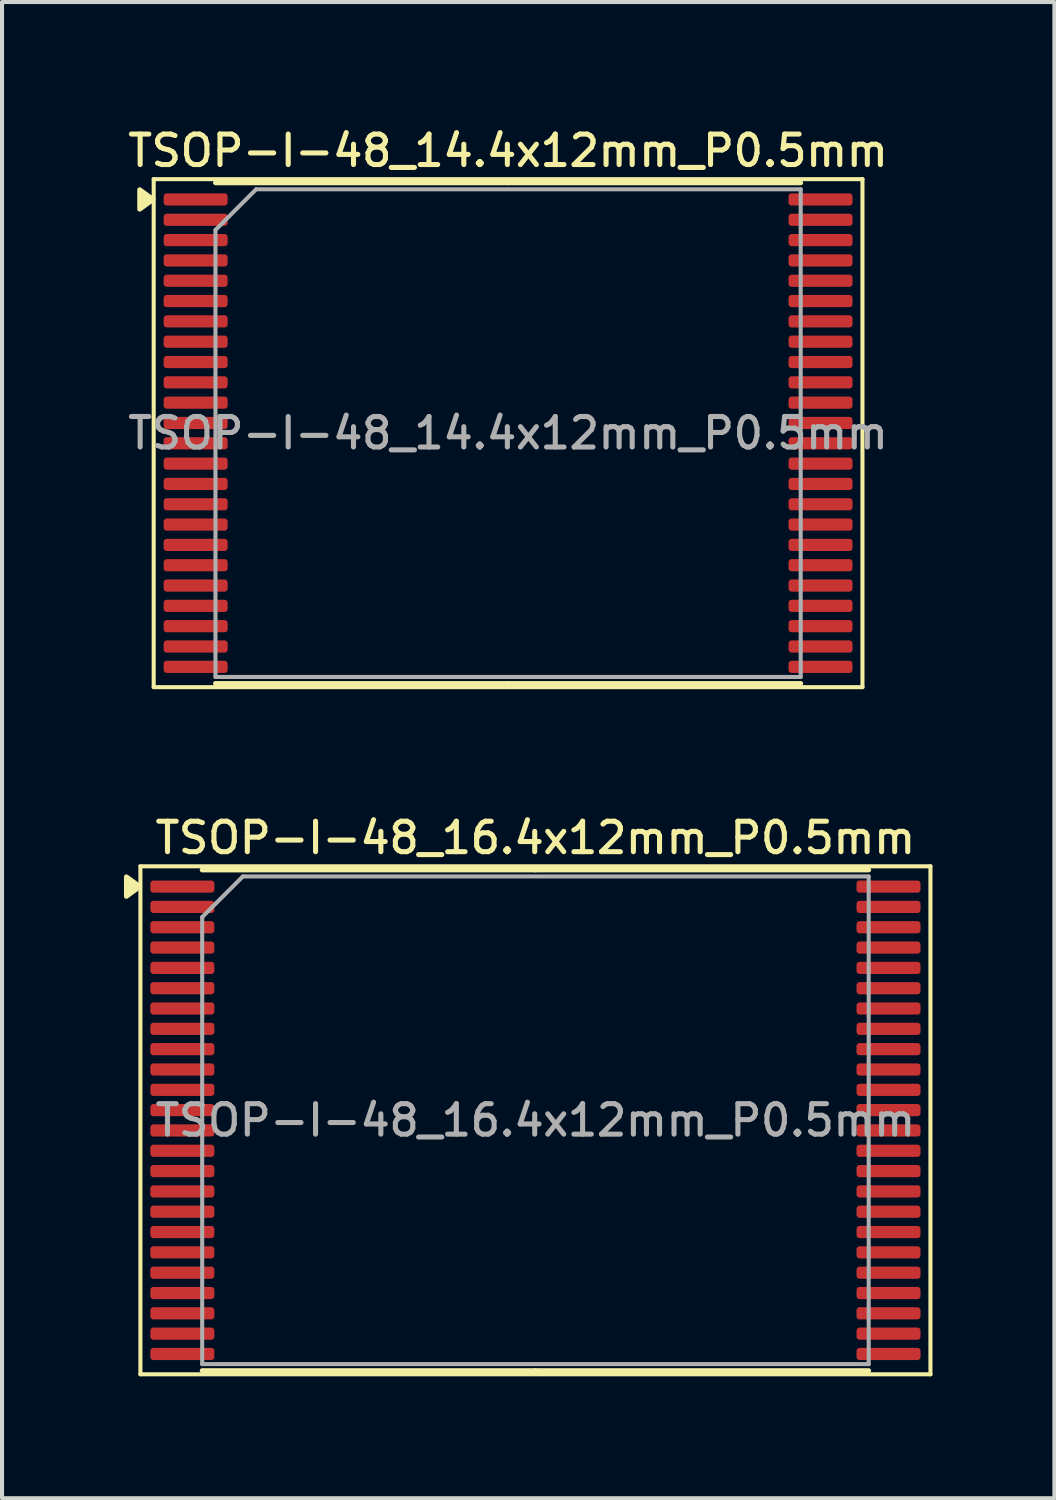
<source format=kicad_pcb>
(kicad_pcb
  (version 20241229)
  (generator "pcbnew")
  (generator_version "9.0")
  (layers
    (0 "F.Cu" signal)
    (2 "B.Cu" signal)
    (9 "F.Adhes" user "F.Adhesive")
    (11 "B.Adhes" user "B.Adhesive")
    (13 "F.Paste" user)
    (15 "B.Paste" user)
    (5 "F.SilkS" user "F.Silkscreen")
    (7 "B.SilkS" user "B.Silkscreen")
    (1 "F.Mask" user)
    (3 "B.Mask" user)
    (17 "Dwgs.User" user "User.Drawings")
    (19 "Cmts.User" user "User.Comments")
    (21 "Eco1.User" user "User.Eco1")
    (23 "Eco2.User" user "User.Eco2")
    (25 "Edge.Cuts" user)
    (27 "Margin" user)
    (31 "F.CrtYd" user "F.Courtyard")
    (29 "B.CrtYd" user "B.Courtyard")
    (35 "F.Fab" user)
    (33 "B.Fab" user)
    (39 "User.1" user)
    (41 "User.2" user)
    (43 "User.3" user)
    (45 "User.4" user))
  (footprint "TSOP-I-48_14.4x12mm_P0.5mm"
    (layer "F.Cu")
    (at 9.452 7.608)
    (property "Reference" "TSOP-I-48_14.4x12mm_P0.5mm" (at 0 -6.95 0) (layer "F.SilkS") (effects (font (size 0.75 0.75) (thickness 0.125))))
    (attr smd)
    (fp_line (start -8.72 -6.25) (end -8.72 6.25) (stroke (width 0.1) (type solid)) (layer "F.SilkS"))
    (fp_line (start -8.72 6.25) (end 8.72 6.25) (stroke (width 0.1) (type solid)) (layer "F.SilkS"))
    (fp_line (start 0 -6.16) (end -7.2 -6.16) (stroke (width 0.12) (type solid)) (layer "F.SilkS"))
    (fp_line (start 0 -6.16) (end 7.2 -6.16) (stroke (width 0.12) (type solid)) (layer "F.SilkS"))
    (fp_line (start 0 6.16) (end -7.2 6.16) (stroke (width 0.12) (type solid)) (layer "F.SilkS"))
    (fp_line (start 0 6.16) (end 7.2 6.16) (stroke (width 0.12) (type solid)) (layer "F.SilkS"))
    (fp_line (start 8.72 -6.25) (end -8.72 -6.25) (stroke (width 0.1) (type solid)) (layer "F.SilkS"))
    (fp_line (start 8.72 6.25) (end 8.72 -6.25) (stroke (width 0.1) (type solid)) (layer "F.SilkS"))
    (fp_poly (pts (xy -8.735 -5.75) (xy -9.065 -5.99) (xy -9.065 -5.51) (xy -8.735 -5.75)) (stroke (width 0.12) (type solid)) (fill yes) (layer "F.SilkS"))
    (fp_line (start -7.2 -5) (end -6.2 -6) (stroke (width 0.1) (type solid)) (layer "F.Fab"))
    (fp_line (start -7.2 6) (end -7.2 -5) (stroke (width 0.1) (type solid)) (layer "F.Fab"))
    (fp_line (start -6.2 -6) (end 7.2 -6) (stroke (width 0.1) (type solid)) (layer "F.Fab"))
    (fp_line (start 7.2 -6) (end 7.2 6) (stroke (width 0.1) (type solid)) (layer "F.Fab"))
    (fp_line (start 7.2 6) (end -7.2 6) (stroke (width 0.1) (type solid)) (layer "F.Fab"))
    (fp_text user "${REFERENCE}" (at 0 0 0) (layer "F.Fab") (effects (font (size 0.75 0.75) (thickness 0.125))))
    (pad "1" smd roundrect (at -7.688 -5.75) (size 1.575 0.3) (layers "F.Cu" "F.Mask" "F.Paste") (roundrect_rratio 0.25))
    (pad "2" smd roundrect (at -7.688 -5.25) (size 1.575 0.3) (layers "F.Cu" "F.Mask" "F.Paste") (roundrect_rratio 0.25))
    (pad "3" smd roundrect (at -7.688 -4.75) (size 1.575 0.3) (layers "F.Cu" "F.Mask" "F.Paste") (roundrect_rratio 0.25))
    (pad "4" smd roundrect (at -7.688 -4.25) (size 1.575 0.3) (layers "F.Cu" "F.Mask" "F.Paste") (roundrect_rratio 0.25))
    (pad "5" smd roundrect (at -7.688 -3.75) (size 1.575 0.3) (layers "F.Cu" "F.Mask" "F.Paste") (roundrect_rratio 0.25))
    (pad "6" smd roundrect (at -7.688 -3.25) (size 1.575 0.3) (layers "F.Cu" "F.Mask" "F.Paste") (roundrect_rratio 0.25))
    (pad "7" smd roundrect (at -7.688 -2.75) (size 1.575 0.3) (layers "F.Cu" "F.Mask" "F.Paste") (roundrect_rratio 0.25))
    (pad "8" smd roundrect (at -7.688 -2.25) (size 1.575 0.3) (layers "F.Cu" "F.Mask" "F.Paste") (roundrect_rratio 0.25))
    (pad "9" smd roundrect (at -7.688 -1.75) (size 1.575 0.3) (layers "F.Cu" "F.Mask" "F.Paste") (roundrect_rratio 0.25))
    (pad "10" smd roundrect (at -7.688 -1.25) (size 1.575 0.3) (layers "F.Cu" "F.Mask" "F.Paste") (roundrect_rratio 0.25))
    (pad "11" smd roundrect (at -7.688 -0.75) (size 1.575 0.3) (layers "F.Cu" "F.Mask" "F.Paste") (roundrect_rratio 0.25))
    (pad "12" smd roundrect (at -7.688 -0.25) (size 1.575 0.3) (layers "F.Cu" "F.Mask" "F.Paste") (roundrect_rratio 0.25))
    (pad "13" smd roundrect (at -7.688 0.25) (size 1.575 0.3) (layers "F.Cu" "F.Mask" "F.Paste") (roundrect_rratio 0.25))
    (pad "14" smd roundrect (at -7.688 0.75) (size 1.575 0.3) (layers "F.Cu" "F.Mask" "F.Paste") (roundrect_rratio 0.25))
    (pad "15" smd roundrect (at -7.688 1.25) (size 1.575 0.3) (layers "F.Cu" "F.Mask" "F.Paste") (roundrect_rratio 0.25))
    (pad "16" smd roundrect (at -7.688 1.75) (size 1.575 0.3) (layers "F.Cu" "F.Mask" "F.Paste") (roundrect_rratio 0.25))
    (pad "17" smd roundrect (at -7.688 2.25) (size 1.575 0.3) (layers "F.Cu" "F.Mask" "F.Paste") (roundrect_rratio 0.25))
    (pad "18" smd roundrect (at -7.688 2.75) (size 1.575 0.3) (layers "F.Cu" "F.Mask" "F.Paste") (roundrect_rratio 0.25))
    (pad "19" smd roundrect (at -7.688 3.25) (size 1.575 0.3) (layers "F.Cu" "F.Mask" "F.Paste") (roundrect_rratio 0.25))
    (pad "20" smd roundrect (at -7.688 3.75) (size 1.575 0.3) (layers "F.Cu" "F.Mask" "F.Paste") (roundrect_rratio 0.25))
    (pad "21" smd roundrect (at -7.688 4.25) (size 1.575 0.3) (layers "F.Cu" "F.Mask" "F.Paste") (roundrect_rratio 0.25))
    (pad "22" smd roundrect (at -7.688 4.75) (size 1.575 0.3) (layers "F.Cu" "F.Mask" "F.Paste") (roundrect_rratio 0.25))
    (pad "23" smd roundrect (at -7.688 5.25) (size 1.575 0.3) (layers "F.Cu" "F.Mask" "F.Paste") (roundrect_rratio 0.25))
    (pad "24" smd roundrect (at -7.688 5.75) (size 1.575 0.3) (layers "F.Cu" "F.Mask" "F.Paste") (roundrect_rratio 0.25))
    (pad "25" smd roundrect (at 7.688 5.75) (size 1.575 0.3) (layers "F.Cu" "F.Mask" "F.Paste") (roundrect_rratio 0.25))
    (pad "26" smd roundrect (at 7.688 5.25) (size 1.575 0.3) (layers "F.Cu" "F.Mask" "F.Paste") (roundrect_rratio 0.25))
    (pad "27" smd roundrect (at 7.688 4.75) (size 1.575 0.3) (layers "F.Cu" "F.Mask" "F.Paste") (roundrect_rratio 0.25))
    (pad "28" smd roundrect (at 7.688 4.25) (size 1.575 0.3) (layers "F.Cu" "F.Mask" "F.Paste") (roundrect_rratio 0.25))
    (pad "29" smd roundrect (at 7.688 3.75) (size 1.575 0.3) (layers "F.Cu" "F.Mask" "F.Paste") (roundrect_rratio 0.25))
    (pad "30" smd roundrect (at 7.688 3.25) (size 1.575 0.3) (layers "F.Cu" "F.Mask" "F.Paste") (roundrect_rratio 0.25))
    (pad "31" smd roundrect (at 7.688 2.75) (size 1.575 0.3) (layers "F.Cu" "F.Mask" "F.Paste") (roundrect_rratio 0.25))
    (pad "32" smd roundrect (at 7.688 2.25) (size 1.575 0.3) (layers "F.Cu" "F.Mask" "F.Paste") (roundrect_rratio 0.25))
    (pad "33" smd roundrect (at 7.688 1.75) (size 1.575 0.3) (layers "F.Cu" "F.Mask" "F.Paste") (roundrect_rratio 0.25))
    (pad "34" smd roundrect (at 7.688 1.25) (size 1.575 0.3) (layers "F.Cu" "F.Mask" "F.Paste") (roundrect_rratio 0.25))
    (pad "35" smd roundrect (at 7.688 0.75) (size 1.575 0.3) (layers "F.Cu" "F.Mask" "F.Paste") (roundrect_rratio 0.25))
    (pad "36" smd roundrect (at 7.688 0.25) (size 1.575 0.3) (layers "F.Cu" "F.Mask" "F.Paste") (roundrect_rratio 0.25))
    (pad "37" smd roundrect (at 7.688 -0.25) (size 1.575 0.3) (layers "F.Cu" "F.Mask" "F.Paste") (roundrect_rratio 0.25))
    (pad "38" smd roundrect (at 7.688 -0.75) (size 1.575 0.3) (layers "F.Cu" "F.Mask" "F.Paste") (roundrect_rratio 0.25))
    (pad "39" smd roundrect (at 7.688 -1.25) (size 1.575 0.3) (layers "F.Cu" "F.Mask" "F.Paste") (roundrect_rratio 0.25))
    (pad "40" smd roundrect (at 7.688 -1.75) (size 1.575 0.3) (layers "F.Cu" "F.Mask" "F.Paste") (roundrect_rratio 0.25))
    (pad "41" smd roundrect (at 7.688 -2.25) (size 1.575 0.3) (layers "F.Cu" "F.Mask" "F.Paste") (roundrect_rratio 0.25))
    (pad "42" smd roundrect (at 7.688 -2.75) (size 1.575 0.3) (layers "F.Cu" "F.Mask" "F.Paste") (roundrect_rratio 0.25))
    (pad "43" smd roundrect (at 7.688 -3.25) (size 1.575 0.3) (layers "F.Cu" "F.Mask" "F.Paste") (roundrect_rratio 0.25))
    (pad "44" smd roundrect (at 7.688 -3.75) (size 1.575 0.3) (layers "F.Cu" "F.Mask" "F.Paste") (roundrect_rratio 0.25))
    (pad "45" smd roundrect (at 7.688 -4.25) (size 1.575 0.3) (layers "F.Cu" "F.Mask" "F.Paste") (roundrect_rratio 0.25))
    (pad "46" smd roundrect (at 7.688 -4.75) (size 1.575 0.3) (layers "F.Cu" "F.Mask" "F.Paste") (roundrect_rratio 0.25))
    (pad "47" smd roundrect (at 7.688 -5.25) (size 1.575 0.3) (layers "F.Cu" "F.Mask" "F.Paste") (roundrect_rratio 0.25))
    (pad "48" smd roundrect (at 7.688 -5.75) (size 1.575 0.3) (layers "F.Cu" "F.Mask" "F.Paste") (roundrect_rratio 0.25)))
  (footprint "TSOP-I-48_16.4x12mm_P0.5mm"
    (layer "F.Cu")
    (at 10.125 24.516)
    (property "Reference" "TSOP-I-48_16.4x12mm_P0.5mm" (at 0 -6.95 0) (layer "F.SilkS") (effects (font (size 0.75 0.75) (thickness 0.125))))
    (attr smd)
    (fp_line (start -9.72 -6.25) (end -9.72 6.25) (stroke (width 0.1) (type solid)) (layer "F.SilkS"))
    (fp_line (start -9.72 6.25) (end 9.72 6.25) (stroke (width 0.1) (type solid)) (layer "F.SilkS"))
    (fp_line (start 0 -6.16) (end -8.2 -6.16) (stroke (width 0.12) (type solid)) (layer "F.SilkS"))
    (fp_line (start 0 -6.16) (end 8.2 -6.16) (stroke (width 0.12) (type solid)) (layer "F.SilkS"))
    (fp_line (start 0 6.16) (end -8.2 6.16) (stroke (width 0.12) (type solid)) (layer "F.SilkS"))
    (fp_line (start 0 6.16) (end 8.2 6.16) (stroke (width 0.12) (type solid)) (layer "F.SilkS"))
    (fp_line (start 9.72 -6.25) (end -9.72 -6.25) (stroke (width 0.1) (type solid)) (layer "F.SilkS"))
    (fp_line (start 9.72 6.25) (end 9.72 -6.25) (stroke (width 0.1) (type solid)) (layer "F.SilkS"))
    (fp_poly (pts (xy -9.735 -5.75) (xy -10.065 -5.99) (xy -10.065 -5.51) (xy -9.735 -5.75)) (stroke (width 0.12) (type solid)) (fill yes) (layer "F.SilkS"))
    (fp_line (start -8.2 -5) (end -7.2 -6) (stroke (width 0.1) (type solid)) (layer "F.Fab"))
    (fp_line (start -8.2 6) (end -8.2 -5) (stroke (width 0.1) (type solid)) (layer "F.Fab"))
    (fp_line (start -7.2 -6) (end 8.2 -6) (stroke (width 0.1) (type solid)) (layer "F.Fab"))
    (fp_line (start 8.2 -6) (end 8.2 6) (stroke (width 0.1) (type solid)) (layer "F.Fab"))
    (fp_line (start 8.2 6) (end -8.2 6) (stroke (width 0.1) (type solid)) (layer "F.Fab"))
    (fp_text user "${REFERENCE}" (at 0 0 0) (layer "F.Fab") (effects (font (size 0.75 0.75) (thickness 0.125))))
    (pad "1" smd roundrect (at -8.688 -5.75) (size 1.575 0.3) (layers "F.Cu" "F.Mask" "F.Paste") (roundrect_rratio 0.25))
    (pad "2" smd roundrect (at -8.688 -5.25) (size 1.575 0.3) (layers "F.Cu" "F.Mask" "F.Paste") (roundrect_rratio 0.25))
    (pad "3" smd roundrect (at -8.688 -4.75) (size 1.575 0.3) (layers "F.Cu" "F.Mask" "F.Paste") (roundrect_rratio 0.25))
    (pad "4" smd roundrect (at -8.688 -4.25) (size 1.575 0.3) (layers "F.Cu" "F.Mask" "F.Paste") (roundrect_rratio 0.25))
    (pad "5" smd roundrect (at -8.688 -3.75) (size 1.575 0.3) (layers "F.Cu" "F.Mask" "F.Paste") (roundrect_rratio 0.25))
    (pad "6" smd roundrect (at -8.688 -3.25) (size 1.575 0.3) (layers "F.Cu" "F.Mask" "F.Paste") (roundrect_rratio 0.25))
    (pad "7" smd roundrect (at -8.688 -2.75) (size 1.575 0.3) (layers "F.Cu" "F.Mask" "F.Paste") (roundrect_rratio 0.25))
    (pad "8" smd roundrect (at -8.688 -2.25) (size 1.575 0.3) (layers "F.Cu" "F.Mask" "F.Paste") (roundrect_rratio 0.25))
    (pad "9" smd roundrect (at -8.688 -1.75) (size 1.575 0.3) (layers "F.Cu" "F.Mask" "F.Paste") (roundrect_rratio 0.25))
    (pad "10" smd roundrect (at -8.688 -1.25) (size 1.575 0.3) (layers "F.Cu" "F.Mask" "F.Paste") (roundrect_rratio 0.25))
    (pad "11" smd roundrect (at -8.688 -0.75) (size 1.575 0.3) (layers "F.Cu" "F.Mask" "F.Paste") (roundrect_rratio 0.25))
    (pad "12" smd roundrect (at -8.688 -0.25) (size 1.575 0.3) (layers "F.Cu" "F.Mask" "F.Paste") (roundrect_rratio 0.25))
    (pad "13" smd roundrect (at -8.688 0.25) (size 1.575 0.3) (layers "F.Cu" "F.Mask" "F.Paste") (roundrect_rratio 0.25))
    (pad "14" smd roundrect (at -8.688 0.75) (size 1.575 0.3) (layers "F.Cu" "F.Mask" "F.Paste") (roundrect_rratio 0.25))
    (pad "15" smd roundrect (at -8.688 1.25) (size 1.575 0.3) (layers "F.Cu" "F.Mask" "F.Paste") (roundrect_rratio 0.25))
    (pad "16" smd roundrect (at -8.688 1.75) (size 1.575 0.3) (layers "F.Cu" "F.Mask" "F.Paste") (roundrect_rratio 0.25))
    (pad "17" smd roundrect (at -8.688 2.25) (size 1.575 0.3) (layers "F.Cu" "F.Mask" "F.Paste") (roundrect_rratio 0.25))
    (pad "18" smd roundrect (at -8.688 2.75) (size 1.575 0.3) (layers "F.Cu" "F.Mask" "F.Paste") (roundrect_rratio 0.25))
    (pad "19" smd roundrect (at -8.688 3.25) (size 1.575 0.3) (layers "F.Cu" "F.Mask" "F.Paste") (roundrect_rratio 0.25))
    (pad "20" smd roundrect (at -8.688 3.75) (size 1.575 0.3) (layers "F.Cu" "F.Mask" "F.Paste") (roundrect_rratio 0.25))
    (pad "21" smd roundrect (at -8.688 4.25) (size 1.575 0.3) (layers "F.Cu" "F.Mask" "F.Paste") (roundrect_rratio 0.25))
    (pad "22" smd roundrect (at -8.688 4.75) (size 1.575 0.3) (layers "F.Cu" "F.Mask" "F.Paste") (roundrect_rratio 0.25))
    (pad "23" smd roundrect (at -8.688 5.25) (size 1.575 0.3) (layers "F.Cu" "F.Mask" "F.Paste") (roundrect_rratio 0.25))
    (pad "24" smd roundrect (at -8.688 5.75) (size 1.575 0.3) (layers "F.Cu" "F.Mask" "F.Paste") (roundrect_rratio 0.25))
    (pad "25" smd roundrect (at 8.688 5.75) (size 1.575 0.3) (layers "F.Cu" "F.Mask" "F.Paste") (roundrect_rratio 0.25))
    (pad "26" smd roundrect (at 8.688 5.25) (size 1.575 0.3) (layers "F.Cu" "F.Mask" "F.Paste") (roundrect_rratio 0.25))
    (pad "27" smd roundrect (at 8.688 4.75) (size 1.575 0.3) (layers "F.Cu" "F.Mask" "F.Paste") (roundrect_rratio 0.25))
    (pad "28" smd roundrect (at 8.688 4.25) (size 1.575 0.3) (layers "F.Cu" "F.Mask" "F.Paste") (roundrect_rratio 0.25))
    (pad "29" smd roundrect (at 8.688 3.75) (size 1.575 0.3) (layers "F.Cu" "F.Mask" "F.Paste") (roundrect_rratio 0.25))
    (pad "30" smd roundrect (at 8.688 3.25) (size 1.575 0.3) (layers "F.Cu" "F.Mask" "F.Paste") (roundrect_rratio 0.25))
    (pad "31" smd roundrect (at 8.688 2.75) (size 1.575 0.3) (layers "F.Cu" "F.Mask" "F.Paste") (roundrect_rratio 0.25))
    (pad "32" smd roundrect (at 8.688 2.25) (size 1.575 0.3) (layers "F.Cu" "F.Mask" "F.Paste") (roundrect_rratio 0.25))
    (pad "33" smd roundrect (at 8.688 1.75) (size 1.575 0.3) (layers "F.Cu" "F.Mask" "F.Paste") (roundrect_rratio 0.25))
    (pad "34" smd roundrect (at 8.688 1.25) (size 1.575 0.3) (layers "F.Cu" "F.Mask" "F.Paste") (roundrect_rratio 0.25))
    (pad "35" smd roundrect (at 8.688 0.75) (size 1.575 0.3) (layers "F.Cu" "F.Mask" "F.Paste") (roundrect_rratio 0.25))
    (pad "36" smd roundrect (at 8.688 0.25) (size 1.575 0.3) (layers "F.Cu" "F.Mask" "F.Paste") (roundrect_rratio 0.25))
    (pad "37" smd roundrect (at 8.688 -0.25) (size 1.575 0.3) (layers "F.Cu" "F.Mask" "F.Paste") (roundrect_rratio 0.25))
    (pad "38" smd roundrect (at 8.688 -0.75) (size 1.575 0.3) (layers "F.Cu" "F.Mask" "F.Paste") (roundrect_rratio 0.25))
    (pad "39" smd roundrect (at 8.688 -1.25) (size 1.575 0.3) (layers "F.Cu" "F.Mask" "F.Paste") (roundrect_rratio 0.25))
    (pad "40" smd roundrect (at 8.688 -1.75) (size 1.575 0.3) (layers "F.Cu" "F.Mask" "F.Paste") (roundrect_rratio 0.25))
    (pad "41" smd roundrect (at 8.688 -2.25) (size 1.575 0.3) (layers "F.Cu" "F.Mask" "F.Paste") (roundrect_rratio 0.25))
    (pad "42" smd roundrect (at 8.688 -2.75) (size 1.575 0.3) (layers "F.Cu" "F.Mask" "F.Paste") (roundrect_rratio 0.25))
    (pad "43" smd roundrect (at 8.688 -3.25) (size 1.575 0.3) (layers "F.Cu" "F.Mask" "F.Paste") (roundrect_rratio 0.25))
    (pad "44" smd roundrect (at 8.688 -3.75) (size 1.575 0.3) (layers "F.Cu" "F.Mask" "F.Paste") (roundrect_rratio 0.25))
    (pad "45" smd roundrect (at 8.688 -4.25) (size 1.575 0.3) (layers "F.Cu" "F.Mask" "F.Paste") (roundrect_rratio 0.25))
    (pad "46" smd roundrect (at 8.688 -4.75) (size 1.575 0.3) (layers "F.Cu" "F.Mask" "F.Paste") (roundrect_rratio 0.25))
    (pad "47" smd roundrect (at 8.688 -5.25) (size 1.575 0.3) (layers "F.Cu" "F.Mask" "F.Paste") (roundrect_rratio 0.25))
    (pad "48" smd roundrect (at 8.688 -5.75) (size 1.575 0.3) (layers "F.Cu" "F.Mask" "F.Paste") (roundrect_rratio 0.25)))
  (gr_rect
    (start -3 -3)
    (end 22.895 33.816)
    (stroke (width 0.1) (type default))
    (fill no)
    (layer "Edge.Cuts")))
</source>
